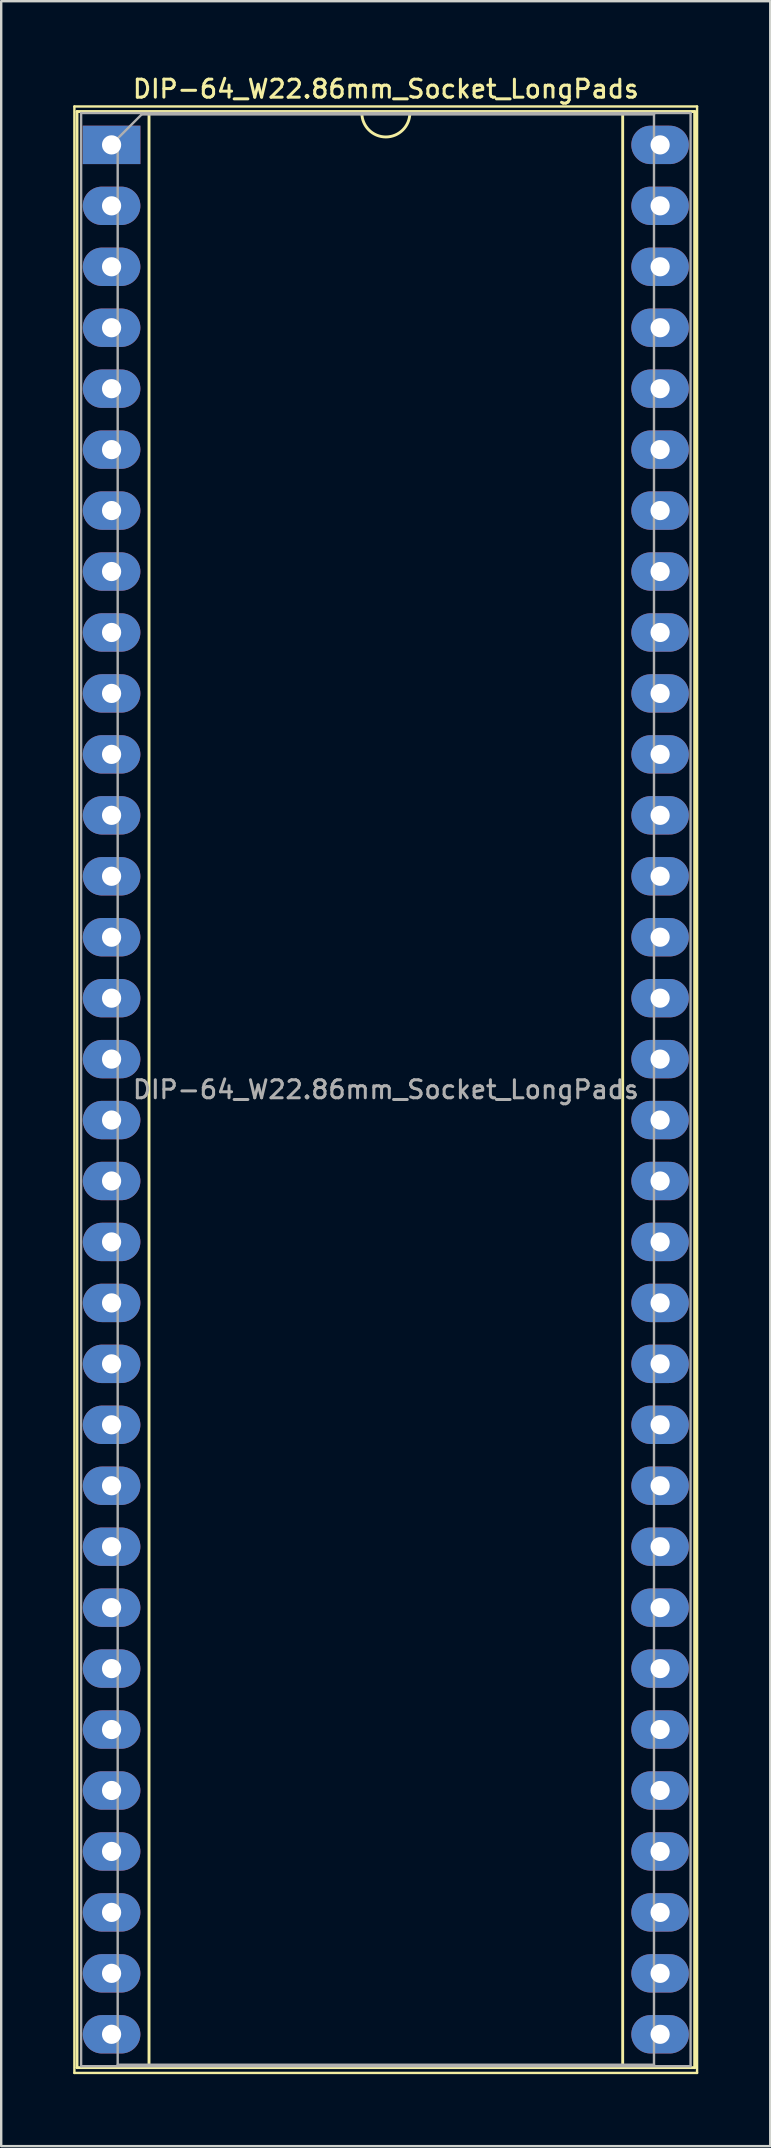
<source format=kicad_pcb>
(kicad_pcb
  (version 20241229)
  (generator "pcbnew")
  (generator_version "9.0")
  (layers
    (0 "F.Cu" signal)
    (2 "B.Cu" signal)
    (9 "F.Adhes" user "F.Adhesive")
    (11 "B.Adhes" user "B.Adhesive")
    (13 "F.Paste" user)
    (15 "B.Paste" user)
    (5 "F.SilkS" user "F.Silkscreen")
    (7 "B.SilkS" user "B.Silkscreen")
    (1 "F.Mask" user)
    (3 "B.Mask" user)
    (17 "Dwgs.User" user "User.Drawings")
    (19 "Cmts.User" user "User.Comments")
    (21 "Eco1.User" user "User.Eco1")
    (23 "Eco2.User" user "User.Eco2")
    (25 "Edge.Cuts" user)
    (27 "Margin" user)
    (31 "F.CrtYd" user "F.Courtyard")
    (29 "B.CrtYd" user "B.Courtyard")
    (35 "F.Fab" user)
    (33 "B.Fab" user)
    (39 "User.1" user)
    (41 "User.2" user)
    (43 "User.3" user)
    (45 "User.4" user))
  (footprint "DIP-64_W22.86mm_Socket_LongPads"
    (layer "F.Cu")
    (at 1.6 2.988)
    (property "Reference" "DIP-64_W22.86mm_Socket_LongPads" (at 11.43 -2.33 0) (layer "F.SilkS") (effects (font (size 0.75 0.75) (thickness 0.125))))
    (attr through_hole)
    (fp_line (start -1.55 -1.6) (end -1.55 80.35) (stroke (width 0.1) (type solid)) (layer "F.SilkS"))
    (fp_line (start -1.55 80.35) (end 24.4 80.35) (stroke (width 0.1) (type solid)) (layer "F.SilkS"))
    (fp_line (start -1.44 -1.39) (end -1.44 80.13) (stroke (width 0.12) (type solid)) (layer "F.SilkS"))
    (fp_line (start -1.44 80.13) (end 24.3 80.13) (stroke (width 0.12) (type solid)) (layer "F.SilkS"))
    (fp_line (start 1.56 -1.33) (end 1.56 80.07) (stroke (width 0.12) (type solid)) (layer "F.SilkS"))
    (fp_line (start 1.56 80.07) (end 21.3 80.07) (stroke (width 0.12) (type solid)) (layer "F.SilkS"))
    (fp_line (start 10.43 -1.33) (end 1.56 -1.33) (stroke (width 0.12) (type solid)) (layer "F.SilkS"))
    (fp_line (start 21.3 -1.33) (end 12.43 -1.33) (stroke (width 0.12) (type solid)) (layer "F.SilkS"))
    (fp_line (start 21.3 80.07) (end 21.3 -1.33) (stroke (width 0.12) (type solid)) (layer "F.SilkS"))
    (fp_line (start 24.3 -1.39) (end -1.44 -1.39) (stroke (width 0.12) (type solid)) (layer "F.SilkS"))
    (fp_line (start 24.3 80.13) (end 24.3 -1.39) (stroke (width 0.12) (type solid)) (layer "F.SilkS"))
    (fp_line (start 24.4 -1.6) (end -1.55 -1.6) (stroke (width 0.1) (type solid)) (layer "F.SilkS"))
    (fp_line (start 24.4 80.35) (end 24.4 -1.6) (stroke (width 0.1) (type solid)) (layer "F.SilkS"))
    (fp_arc (start 12.43 -1.33) (mid 11.43 -0.33) (end 10.43 -1.33) (stroke (width 0.12) (type solid)) (layer "F.SilkS"))
    (fp_line (start -1.27 -1.33) (end -1.27 80.07) (stroke (width 0.1) (type solid)) (layer "F.Fab"))
    (fp_line (start -1.27 80.07) (end 24.13 80.07) (stroke (width 0.1) (type solid)) (layer "F.Fab"))
    (fp_line (start 0.255 -0.27) (end 1.255 -1.27) (stroke (width 0.1) (type solid)) (layer "F.Fab"))
    (fp_line (start 0.255 80.01) (end 0.255 -0.27) (stroke (width 0.1) (type solid)) (layer "F.Fab"))
    (fp_line (start 1.255 -1.27) (end 22.605 -1.27) (stroke (width 0.1) (type solid)) (layer "F.Fab"))
    (fp_line (start 22.605 -1.27) (end 22.605 80.01) (stroke (width 0.1) (type solid)) (layer "F.Fab"))
    (fp_line (start 22.605 80.01) (end 0.255 80.01) (stroke (width 0.1) (type solid)) (layer "F.Fab"))
    (fp_line (start 24.13 -1.33) (end -1.27 -1.33) (stroke (width 0.1) (type solid)) (layer "F.Fab"))
    (fp_line (start 24.13 80.07) (end 24.13 -1.33) (stroke (width 0.1) (type solid)) (layer "F.Fab"))
    (fp_text user "${REFERENCE}" (at 11.43 39.37 0) (layer "F.Fab") (effects (font (size 0.75 0.75) (thickness 0.125))))
    (pad "1" thru_hole rect (at 0 0) (size 2.4 1.6) (drill 0.8) (layers "*.Cu" "*.Mask"))
    (pad "2" thru_hole oval (at 0 2.54) (size 2.4 1.6) (drill 0.8) (layers "*.Cu" "*.Mask"))
    (pad "3" thru_hole oval (at 0 5.08) (size 2.4 1.6) (drill 0.8) (layers "*.Cu" "*.Mask"))
    (pad "4" thru_hole oval (at 0 7.62) (size 2.4 1.6) (drill 0.8) (layers "*.Cu" "*.Mask"))
    (pad "5" thru_hole oval (at 0 10.16) (size 2.4 1.6) (drill 0.8) (layers "*.Cu" "*.Mask"))
    (pad "6" thru_hole oval (at 0 12.7) (size 2.4 1.6) (drill 0.8) (layers "*.Cu" "*.Mask"))
    (pad "7" thru_hole oval (at 0 15.24) (size 2.4 1.6) (drill 0.8) (layers "*.Cu" "*.Mask"))
    (pad "8" thru_hole oval (at 0 17.78) (size 2.4 1.6) (drill 0.8) (layers "*.Cu" "*.Mask"))
    (pad "9" thru_hole oval (at 0 20.32) (size 2.4 1.6) (drill 0.8) (layers "*.Cu" "*.Mask"))
    (pad "10" thru_hole oval (at 0 22.86) (size 2.4 1.6) (drill 0.8) (layers "*.Cu" "*.Mask"))
    (pad "11" thru_hole oval (at 0 25.4) (size 2.4 1.6) (drill 0.8) (layers "*.Cu" "*.Mask"))
    (pad "12" thru_hole oval (at 0 27.94) (size 2.4 1.6) (drill 0.8) (layers "*.Cu" "*.Mask"))
    (pad "13" thru_hole oval (at 0 30.48) (size 2.4 1.6) (drill 0.8) (layers "*.Cu" "*.Mask"))
    (pad "14" thru_hole oval (at 0 33.02) (size 2.4 1.6) (drill 0.8) (layers "*.Cu" "*.Mask"))
    (pad "15" thru_hole oval (at 0 35.56) (size 2.4 1.6) (drill 0.8) (layers "*.Cu" "*.Mask"))
    (pad "16" thru_hole oval (at 0 38.1) (size 2.4 1.6) (drill 0.8) (layers "*.Cu" "*.Mask"))
    (pad "17" thru_hole oval (at 0 40.64) (size 2.4 1.6) (drill 0.8) (layers "*.Cu" "*.Mask"))
    (pad "18" thru_hole oval (at 0 43.18) (size 2.4 1.6) (drill 0.8) (layers "*.Cu" "*.Mask"))
    (pad "19" thru_hole oval (at 0 45.72) (size 2.4 1.6) (drill 0.8) (layers "*.Cu" "*.Mask"))
    (pad "20" thru_hole oval (at 0 48.26) (size 2.4 1.6) (drill 0.8) (layers "*.Cu" "*.Mask"))
    (pad "21" thru_hole oval (at 0 50.8) (size 2.4 1.6) (drill 0.8) (layers "*.Cu" "*.Mask"))
    (pad "22" thru_hole oval (at 0 53.34) (size 2.4 1.6) (drill 0.8) (layers "*.Cu" "*.Mask"))
    (pad "23" thru_hole oval (at 0 55.88) (size 2.4 1.6) (drill 0.8) (layers "*.Cu" "*.Mask"))
    (pad "24" thru_hole oval (at 0 58.42) (size 2.4 1.6) (drill 0.8) (layers "*.Cu" "*.Mask"))
    (pad "25" thru_hole oval (at 0 60.96) (size 2.4 1.6) (drill 0.8) (layers "*.Cu" "*.Mask"))
    (pad "26" thru_hole oval (at 0 63.5) (size 2.4 1.6) (drill 0.8) (layers "*.Cu" "*.Mask"))
    (pad "27" thru_hole oval (at 0 66.04) (size 2.4 1.6) (drill 0.8) (layers "*.Cu" "*.Mask"))
    (pad "28" thru_hole oval (at 0 68.58) (size 2.4 1.6) (drill 0.8) (layers "*.Cu" "*.Mask"))
    (pad "29" thru_hole oval (at 0 71.12) (size 2.4 1.6) (drill 0.8) (layers "*.Cu" "*.Mask"))
    (pad "30" thru_hole oval (at 0 73.66) (size 2.4 1.6) (drill 0.8) (layers "*.Cu" "*.Mask"))
    (pad "31" thru_hole oval (at 0 76.2) (size 2.4 1.6) (drill 0.8) (layers "*.Cu" "*.Mask"))
    (pad "32" thru_hole oval (at 0 78.74) (size 2.4 1.6) (drill 0.8) (layers "*.Cu" "*.Mask"))
    (pad "33" thru_hole oval (at 22.86 78.74) (size 2.4 1.6) (drill 0.8) (layers "*.Cu" "*.Mask"))
    (pad "34" thru_hole oval (at 22.86 76.2) (size 2.4 1.6) (drill 0.8) (layers "*.Cu" "*.Mask"))
    (pad "35" thru_hole oval (at 22.86 73.66) (size 2.4 1.6) (drill 0.8) (layers "*.Cu" "*.Mask"))
    (pad "36" thru_hole oval (at 22.86 71.12) (size 2.4 1.6) (drill 0.8) (layers "*.Cu" "*.Mask"))
    (pad "37" thru_hole oval (at 22.86 68.58) (size 2.4 1.6) (drill 0.8) (layers "*.Cu" "*.Mask"))
    (pad "38" thru_hole oval (at 22.86 66.04) (size 2.4 1.6) (drill 0.8) (layers "*.Cu" "*.Mask"))
    (pad "39" thru_hole oval (at 22.86 63.5) (size 2.4 1.6) (drill 0.8) (layers "*.Cu" "*.Mask"))
    (pad "40" thru_hole oval (at 22.86 60.96) (size 2.4 1.6) (drill 0.8) (layers "*.Cu" "*.Mask"))
    (pad "41" thru_hole oval (at 22.86 58.42) (size 2.4 1.6) (drill 0.8) (layers "*.Cu" "*.Mask"))
    (pad "42" thru_hole oval (at 22.86 55.88) (size 2.4 1.6) (drill 0.8) (layers "*.Cu" "*.Mask"))
    (pad "43" thru_hole oval (at 22.86 53.34) (size 2.4 1.6) (drill 0.8) (layers "*.Cu" "*.Mask"))
    (pad "44" thru_hole oval (at 22.86 50.8) (size 2.4 1.6) (drill 0.8) (layers "*.Cu" "*.Mask"))
    (pad "45" thru_hole oval (at 22.86 48.26) (size 2.4 1.6) (drill 0.8) (layers "*.Cu" "*.Mask"))
    (pad "46" thru_hole oval (at 22.86 45.72) (size 2.4 1.6) (drill 0.8) (layers "*.Cu" "*.Mask"))
    (pad "47" thru_hole oval (at 22.86 43.18) (size 2.4 1.6) (drill 0.8) (layers "*.Cu" "*.Mask"))
    (pad "48" thru_hole oval (at 22.86 40.64) (size 2.4 1.6) (drill 0.8) (layers "*.Cu" "*.Mask"))
    (pad "49" thru_hole oval (at 22.86 38.1) (size 2.4 1.6) (drill 0.8) (layers "*.Cu" "*.Mask"))
    (pad "50" thru_hole oval (at 22.86 35.56) (size 2.4 1.6) (drill 0.8) (layers "*.Cu" "*.Mask"))
    (pad "51" thru_hole oval (at 22.86 33.02) (size 2.4 1.6) (drill 0.8) (layers "*.Cu" "*.Mask"))
    (pad "52" thru_hole oval (at 22.86 30.48) (size 2.4 1.6) (drill 0.8) (layers "*.Cu" "*.Mask"))
    (pad "53" thru_hole oval (at 22.86 27.94) (size 2.4 1.6) (drill 0.8) (layers "*.Cu" "*.Mask"))
    (pad "54" thru_hole oval (at 22.86 25.4) (size 2.4 1.6) (drill 0.8) (layers "*.Cu" "*.Mask"))
    (pad "55" thru_hole oval (at 22.86 22.86) (size 2.4 1.6) (drill 0.8) (layers "*.Cu" "*.Mask"))
    (pad "56" thru_hole oval (at 22.86 20.32) (size 2.4 1.6) (drill 0.8) (layers "*.Cu" "*.Mask"))
    (pad "57" thru_hole oval (at 22.86 17.78) (size 2.4 1.6) (drill 0.8) (layers "*.Cu" "*.Mask"))
    (pad "58" thru_hole oval (at 22.86 15.24) (size 2.4 1.6) (drill 0.8) (layers "*.Cu" "*.Mask"))
    (pad "59" thru_hole oval (at 22.86 12.7) (size 2.4 1.6) (drill 0.8) (layers "*.Cu" "*.Mask"))
    (pad "60" thru_hole oval (at 22.86 10.16) (size 2.4 1.6) (drill 0.8) (layers "*.Cu" "*.Mask"))
    (pad "61" thru_hole oval (at 22.86 7.62) (size 2.4 1.6) (drill 0.8) (layers "*.Cu" "*.Mask"))
    (pad "62" thru_hole oval (at 22.86 5.08) (size 2.4 1.6) (drill 0.8) (layers "*.Cu" "*.Mask"))
    (pad "63" thru_hole oval (at 22.86 2.54) (size 2.4 1.6) (drill 0.8) (layers "*.Cu" "*.Mask"))
    (pad "64" thru_hole oval (at 22.86 0) (size 2.4 1.6) (drill 0.8) (layers "*.Cu" "*.Mask")))
  (gr_rect
    (start -3 -3)
    (end 29.05 86.388)
    (stroke (width 0.1) (type default))
    (fill no)
    (layer "Edge.Cuts")))
</source>
